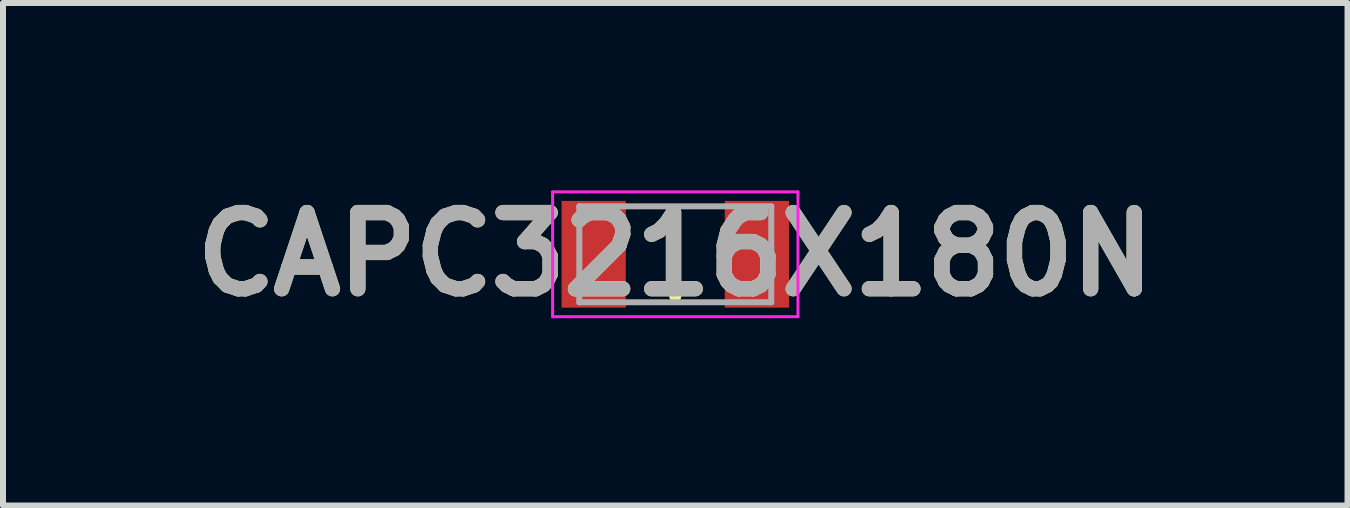
<source format=kicad_pcb>
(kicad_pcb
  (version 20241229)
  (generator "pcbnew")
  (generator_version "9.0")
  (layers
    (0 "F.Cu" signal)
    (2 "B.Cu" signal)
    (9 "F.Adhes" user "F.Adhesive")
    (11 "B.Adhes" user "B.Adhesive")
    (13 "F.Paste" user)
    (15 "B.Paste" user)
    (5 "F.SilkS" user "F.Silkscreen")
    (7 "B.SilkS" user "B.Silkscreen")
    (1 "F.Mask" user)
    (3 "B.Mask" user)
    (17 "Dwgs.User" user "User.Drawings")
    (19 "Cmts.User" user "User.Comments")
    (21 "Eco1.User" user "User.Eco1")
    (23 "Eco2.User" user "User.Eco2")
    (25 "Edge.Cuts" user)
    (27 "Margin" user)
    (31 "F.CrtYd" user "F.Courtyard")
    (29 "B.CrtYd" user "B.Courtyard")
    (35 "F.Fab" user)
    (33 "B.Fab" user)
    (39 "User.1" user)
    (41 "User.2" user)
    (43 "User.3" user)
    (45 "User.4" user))
  (footprint "CAPC3216X180N"
    (layer "F.Cu")
    (at 8.207 1.189)
    (property "Reference" "CAPC3216X180N" (at 0 0 0) (layer "F.SilkS") (effects (font (size 1.27 1.27) (thickness 0.254))))
    (attr smd)
    (fp_line (start 0 -0.7) (end 0 0.7) (stroke (width 0.2) (type solid)) (layer "F.SilkS"))
    (fp_line (start -2.045 -1.04) (end 2.045 -1.04) (stroke (width 0.05) (type solid)) (layer "F.CrtYd"))
    (fp_line (start -2.045 1.04) (end -2.045 -1.04) (stroke (width 0.05) (type solid)) (layer "F.CrtYd"))
    (fp_line (start 2.045 -1.04) (end 2.045 1.04) (stroke (width 0.05) (type solid)) (layer "F.CrtYd"))
    (fp_line (start 2.045 1.04) (end -2.045 1.04) (stroke (width 0.05) (type solid)) (layer "F.CrtYd"))
    (fp_line (start -1.6 -0.8) (end 1.6 -0.8) (stroke (width 0.1) (type solid)) (layer "F.Fab"))
    (fp_line (start -1.6 0.8) (end -1.6 -0.8) (stroke (width 0.1) (type solid)) (layer "F.Fab"))
    (fp_line (start 1.6 -0.8) (end 1.6 0.8) (stroke (width 0.1) (type solid)) (layer "F.Fab"))
    (fp_line (start 1.6 0.8) (end -1.6 0.8) (stroke (width 0.1) (type solid)) (layer "F.Fab"))
    (fp_text user "${REFERENCE}" (at 0 0 0) (layer "F.Fab") (effects (font (size 1.27 1.27) (thickness 0.254))))
    (pad "1" smd rect (at -1.36 0) (size 1.07 1.78) (layers "F.Cu" "F.Mask" "F.Paste"))
    (pad "2" smd rect (at 1.36 0) (size 1.07 1.78) (layers "F.Cu" "F.Mask" "F.Paste")))
  (gr_rect
    (start -3 -3)
    (end 19.413 5.377)
    (stroke (width 0.1) (type default))
    (fill no)
    (layer "Edge.Cuts")))
</source>
